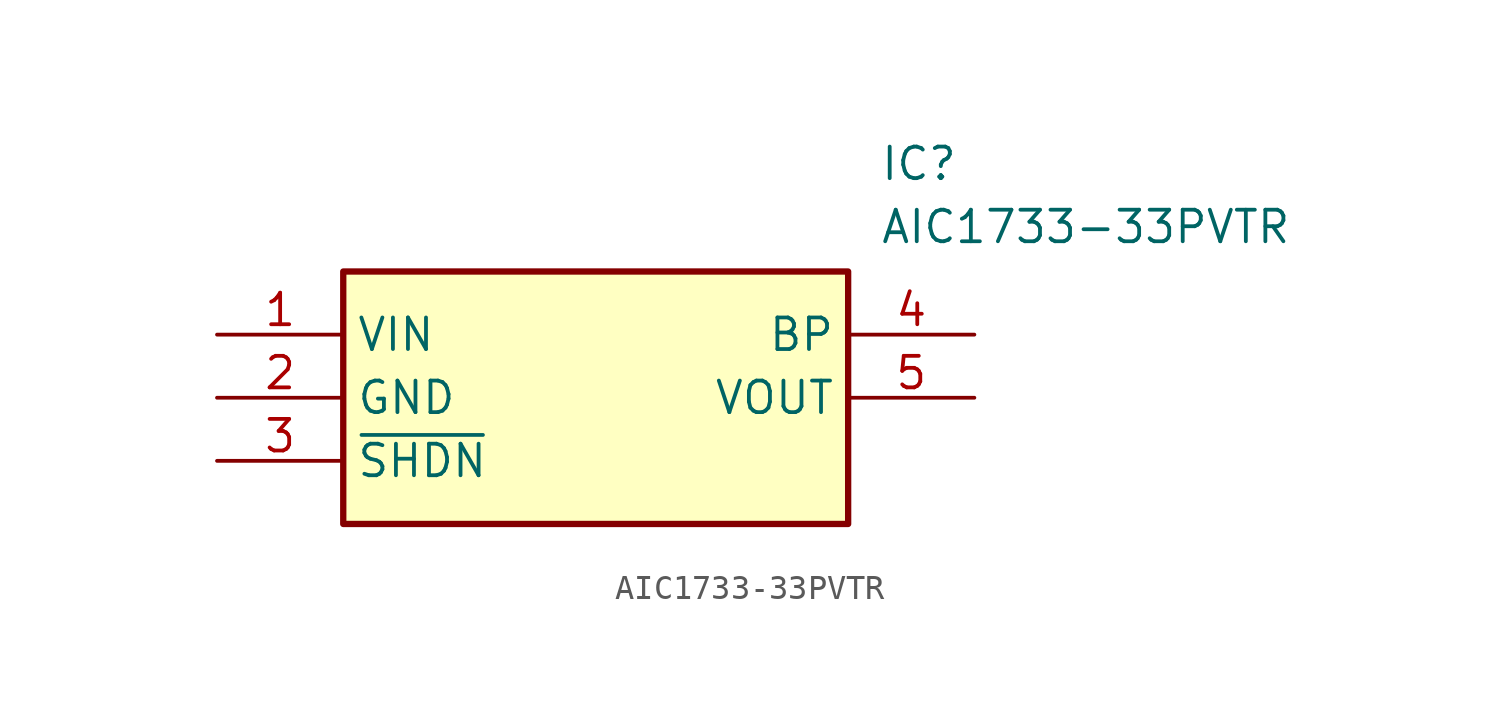
<source format=kicad_sym>
(kicad_symbol_lib
  (version 20211014)
  (generator SamacSys_ECAD_Model)
  (symbol "AIC1733-33PVTR"
    (property "Reference" "IC"
      (at 26.67 7.62 0)
      (effects (font (size 1.27 1.27)) (justify left top)))
    (property "Value" "AIC1733-33PVTR"
      (at 26.67 5.08 0)
      (effects (font (size 1.27 1.27)) (justify left top)))
    (rectangle
      (start 5.08 2.54)
      (end 25.4 -7.62)
      (stroke (width 0.254) (type default))
      (fill (type background)))
    (pin passive line
      (at 0 0 0)
      (length 5.08)
      (name "VIN" (effects (font (size 1.27 1.27))))
      (number "1" (effects (font (size 1.27 1.27)))))
    (pin passive line
      (at 0 -2.54 0)
      (length 5.08)
      (name "GND" (effects (font (size 1.27 1.27))))
      (number "2" (effects (font (size 1.27 1.27)))))
    (pin passive line
      (at 0 -5.08 0)
      (length 5.08)
      (name "~{SHDN}" (effects (font (size 1.27 1.27))))
      (number "3" (effects (font (size 1.27 1.27)))))
    (pin passive line
      (at 30.48 0 180)
      (length 5.08)
      (name "BP" (effects (font (size 1.27 1.27))))
      (number "4" (effects (font (size 1.27 1.27)))))
    (pin passive line
      (at 30.48 -2.54 180)
      (length 5.08)
      (name "VOUT" (effects (font (size 1.27 1.27))))
      (number "5" (effects (font (size 1.27 1.27)))))))
</source>
